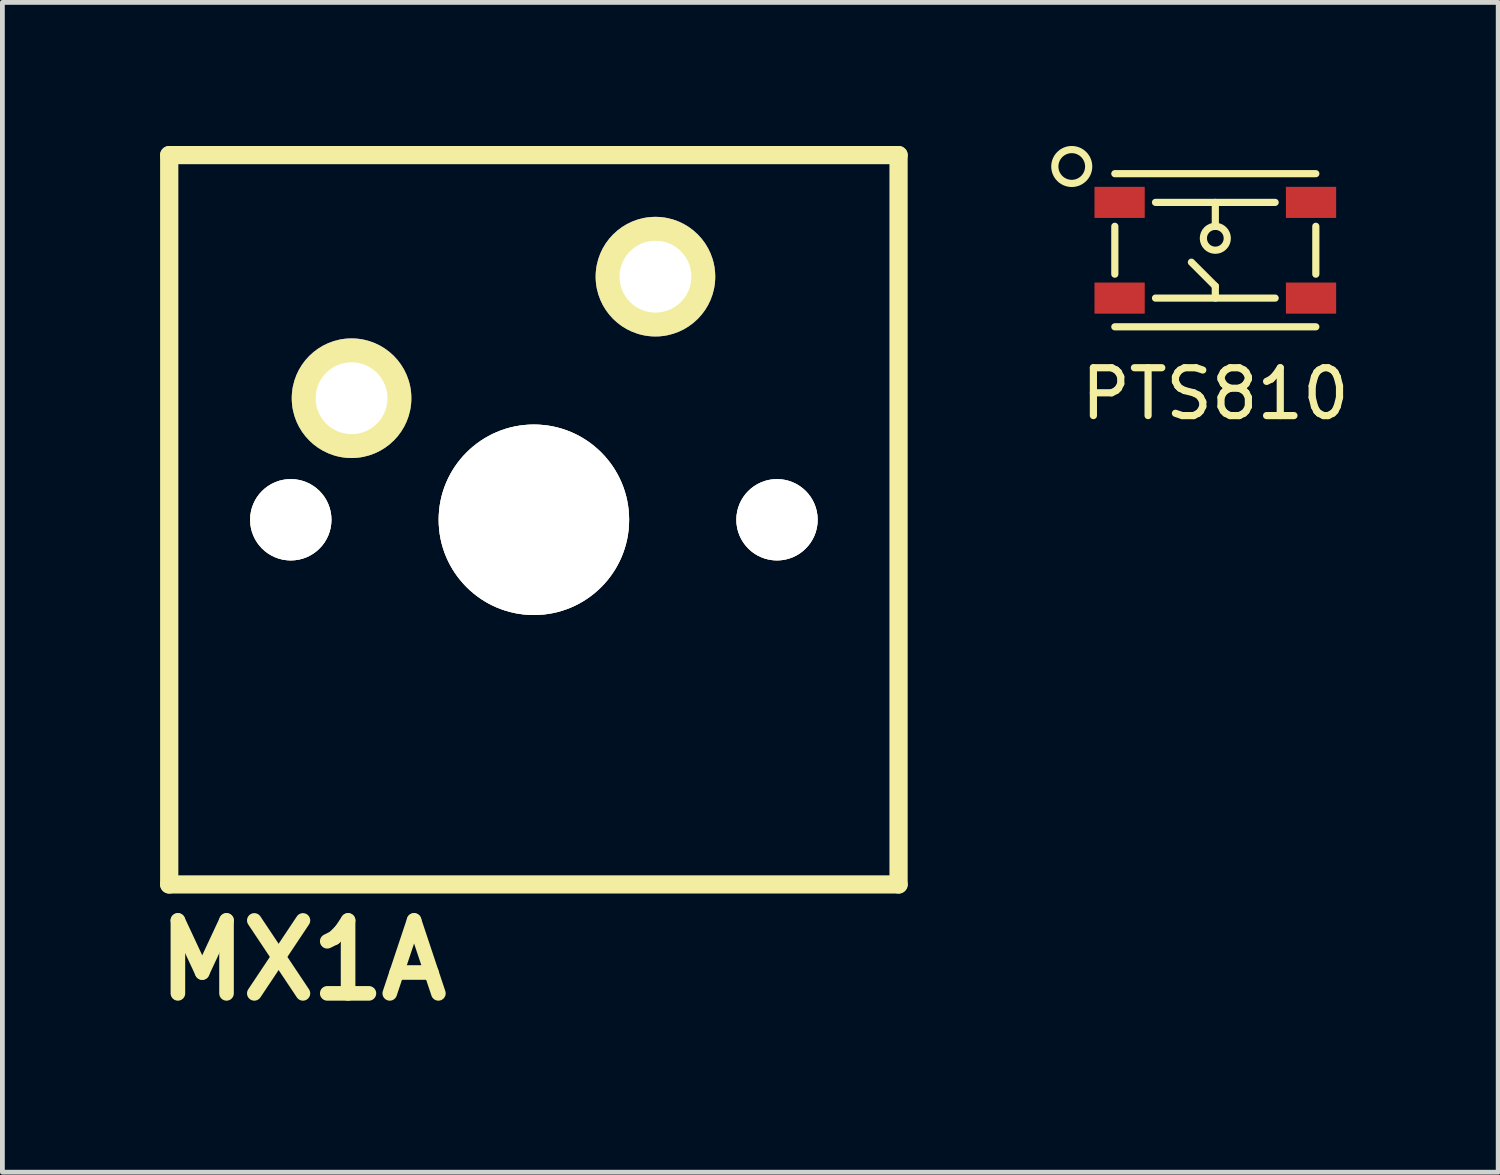
<source format=kicad_pcb>
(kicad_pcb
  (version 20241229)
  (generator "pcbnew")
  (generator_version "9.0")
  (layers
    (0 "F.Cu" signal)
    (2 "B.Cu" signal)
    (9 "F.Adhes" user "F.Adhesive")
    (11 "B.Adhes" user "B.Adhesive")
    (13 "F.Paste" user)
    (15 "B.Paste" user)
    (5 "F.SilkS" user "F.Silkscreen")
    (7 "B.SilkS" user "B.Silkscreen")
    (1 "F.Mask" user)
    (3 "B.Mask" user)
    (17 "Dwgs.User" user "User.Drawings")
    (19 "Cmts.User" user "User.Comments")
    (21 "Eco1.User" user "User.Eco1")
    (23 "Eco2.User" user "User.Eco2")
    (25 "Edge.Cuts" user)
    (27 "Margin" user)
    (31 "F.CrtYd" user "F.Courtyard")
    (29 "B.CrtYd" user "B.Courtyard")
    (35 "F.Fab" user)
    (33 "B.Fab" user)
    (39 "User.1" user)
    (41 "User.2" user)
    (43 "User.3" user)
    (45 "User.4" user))
  (footprint "PTS810"
    (layer "F.Cu")
    (at 22.345 2.179)
    (property "Reference" "PTS810" (at 0 3 0) (layer "F.SilkS") (effects (font (size 1 1) (thickness 0.15))))
    (attr through_hole)
    (fp_line (start -2.1 -0.5) (end -2.1 0.5) (stroke (width 0.15) (type solid)) (layer "F.SilkS"))
    (fp_line (start -2.1 1.6) (end 2.1 1.6) (stroke (width 0.15) (type solid)) (layer "F.SilkS"))
    (fp_line (start -1.25 1) (end 1.25 1) (stroke (width 0.15) (type solid)) (layer "F.SilkS"))
    (fp_line (start 0 -1) (end 0 -0.5) (stroke (width 0.15) (type solid)) (layer "F.SilkS"))
    (fp_line (start 0 0.75) (end -0.5 0.25) (stroke (width 0.15) (type solid)) (layer "F.SilkS"))
    (fp_line (start 0 1) (end 0 0.75) (stroke (width 0.15) (type solid)) (layer "F.SilkS"))
    (fp_line (start 1.25 -1) (end -1.25 -1) (stroke (width 0.15) (type solid)) (layer "F.SilkS"))
    (fp_line (start 2.1 -1.6) (end -2.1 -1.6) (stroke (width 0.15) (type solid)) (layer "F.SilkS"))
    (fp_line (start 2.1 0.5) (end 2.1 -0.5) (stroke (width 0.15) (type solid)) (layer "F.SilkS"))
    (fp_circle (center -3 -1.75) (end -3.25 -2) (stroke (width 0.15) (type solid)) (fill no) (layer "F.SilkS"))
    (fp_circle (center 0 -0.25) (end 0 -0.5) (stroke (width 0.15) (type solid)) (fill no) (layer "F.SilkS"))
    (pad "1" smd rect (at -2 -1) (size 1.05 0.65) (layers "F.Cu" "F.Mask" "F.Paste"))
    (pad "2" smd rect (at 2 -1) (size 1.05 0.65) (layers "F.Cu" "F.Mask" "F.Paste"))
    (pad "3" smd rect (at -2 1) (size 1.05 0.65) (layers "F.Cu" "F.Mask" "F.Paste"))
    (pad "4" smd rect (at 2 1) (size 1.05 0.65) (layers "F.Cu" "F.Mask" "F.Paste")))
  (footprint "MX1A"
    (layer "F.Cu")
    (at 8.106 7.811)
    (property "Reference" "MX1A" (at -4.826 9.207 0) (layer "F.SilkS") (effects (font (size 1.524 1.524) (thickness 0.305))))
    (attr through_hole)
    (fp_line (start -7.62 -7.62) (end 7.62 -7.62) (stroke (width 0.381) (type solid)) (layer "F.SilkS"))
    (fp_line (start -7.62 7.62) (end -7.62 -7.62) (stroke (width 0.381) (type solid)) (layer "F.SilkS"))
    (fp_line (start 7.62 -7.62) (end 7.62 7.62) (stroke (width 0.381) (type solid)) (layer "F.SilkS"))
    (fp_line (start 7.62 7.62) (end -7.62 7.62) (stroke (width 0.381) (type solid)) (layer "F.SilkS"))
    (pad "" thru_hole circle (at -5.08 0) (size 1.699 1.699) (drill 1.699) (layers "*.Cu" "*.Mask" "F.SilkS"))
    (pad "" thru_hole circle (at 5.08 0) (size 1.699 1.699) (drill 1.699) (layers "*.Cu" "*.Mask" "F.SilkS"))
    (pad "0" thru_hole circle (at 0 0) (size 3.98 3.98) (drill 3.98) (layers "*.Cu" "*.Mask" "F.SilkS"))
    (pad "1" thru_hole circle (at -3.81 -2.54) (size 2.499 2.499) (drill 1.501) (layers "*.Cu" "*.Mask" "F.SilkS"))
    (pad "2" thru_hole circle (at 2.54 -5.08) (size 2.499 2.499) (drill 1.501) (layers "*.Cu" "*.Mask" "F.SilkS")))
  (gr_rect
    (start -3 -3)
    (end 28.256 21.444)
    (stroke (width 0.1) (type default))
    (fill no)
    (layer "Edge.Cuts")))
</source>
